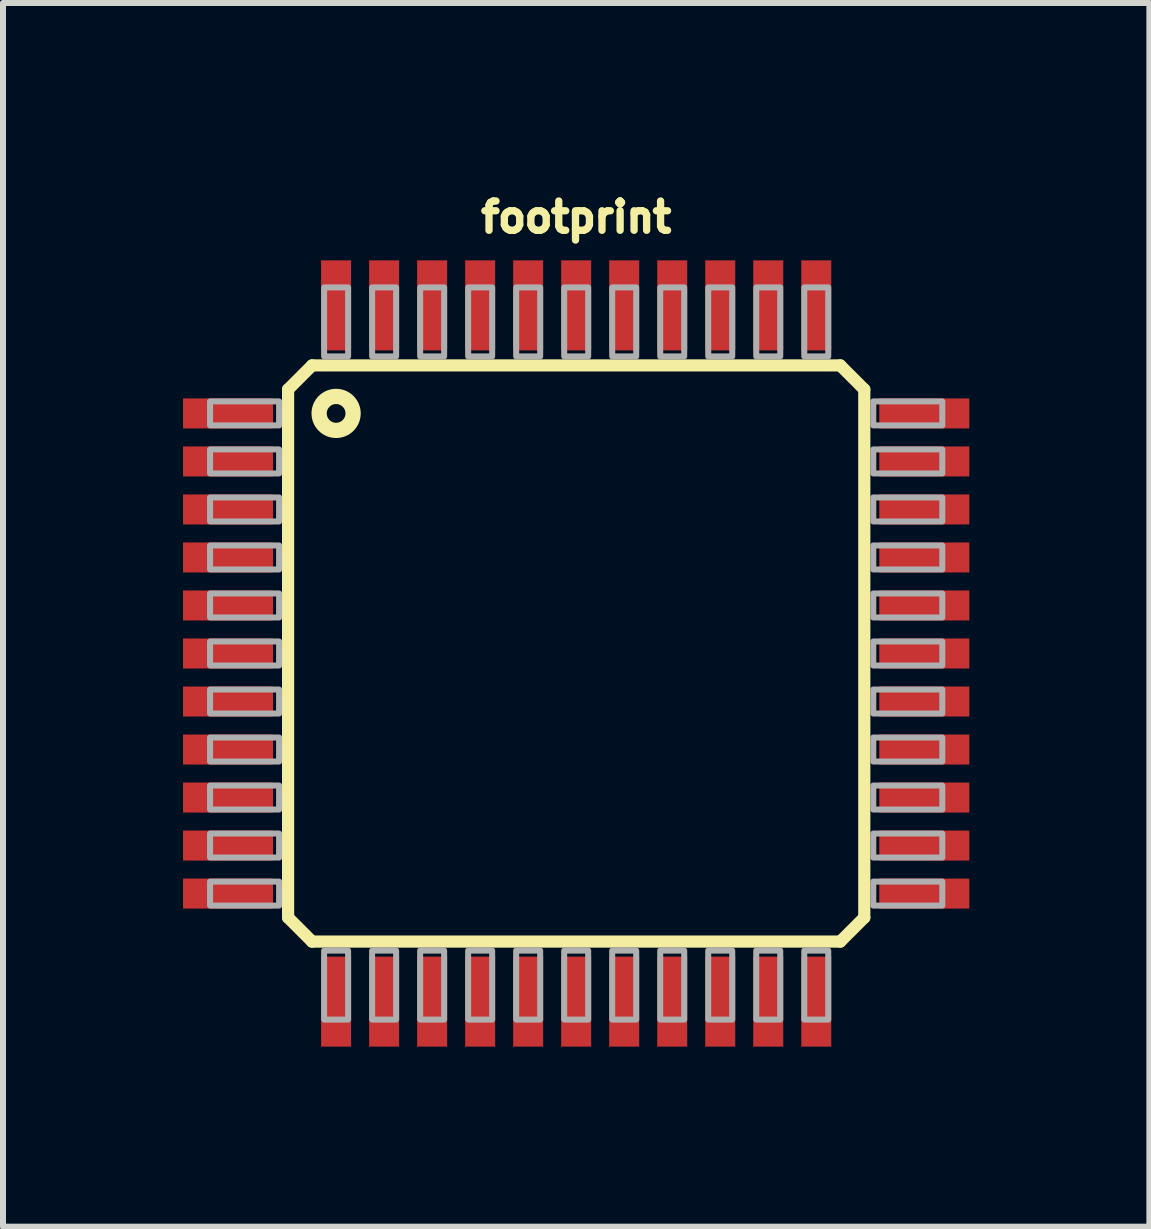
<source format=kicad_pcb>
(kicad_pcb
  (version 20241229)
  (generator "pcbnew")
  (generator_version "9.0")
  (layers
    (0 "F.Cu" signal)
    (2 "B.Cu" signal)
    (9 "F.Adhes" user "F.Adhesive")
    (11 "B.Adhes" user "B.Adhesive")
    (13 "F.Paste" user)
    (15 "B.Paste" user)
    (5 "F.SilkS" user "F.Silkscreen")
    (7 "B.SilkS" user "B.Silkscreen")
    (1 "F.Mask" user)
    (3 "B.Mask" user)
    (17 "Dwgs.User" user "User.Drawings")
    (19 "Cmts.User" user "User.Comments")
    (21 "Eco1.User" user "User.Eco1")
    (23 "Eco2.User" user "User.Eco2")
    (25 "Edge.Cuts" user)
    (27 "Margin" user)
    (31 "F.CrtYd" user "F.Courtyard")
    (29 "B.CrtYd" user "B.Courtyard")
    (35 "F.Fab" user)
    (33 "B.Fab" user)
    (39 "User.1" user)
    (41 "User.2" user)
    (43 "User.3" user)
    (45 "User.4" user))
  (footprint "footprint"
    (layer "F.Cu")
    (at 6.55 7.838)
    (property "Reference" "footprint" (at 0 -6.985 0) (layer "F.SilkS") (effects (font (size 0.488 0.488) (thickness 0.122)) (justify bottom)))
    (fp_line (start -4.8 -4.4) (end -4.4 -4.8) (stroke (width 0.203) (type solid)) (layer "F.SilkS"))
    (fp_line (start -4.8 4.4) (end -4.8 -4.4) (stroke (width 0.203) (type solid)) (layer "F.SilkS"))
    (fp_line (start -4.4 -4.8) (end 4.4 -4.8) (stroke (width 0.203) (type solid)) (layer "F.SilkS"))
    (fp_line (start -4.4 4.8) (end -4.8 4.4) (stroke (width 0.203) (type solid)) (layer "F.SilkS"))
    (fp_line (start 4.4 -4.8) (end 4.8 -4.4) (stroke (width 0.203) (type solid)) (layer "F.SilkS"))
    (fp_line (start 4.4 4.8) (end -4.4 4.8) (stroke (width 0.203) (type solid)) (layer "F.SilkS"))
    (fp_line (start 4.8 -4.4) (end 4.8 4.4) (stroke (width 0.203) (type solid)) (layer "F.SilkS"))
    (fp_line (start 4.8 4.4) (end 4.4 4.8) (stroke (width 0.203) (type solid)) (layer "F.SilkS"))
    (fp_circle (center -4 -4) (end -3.717 -4) (stroke (width 0.254) (type solid)) (fill no) (layer "F.SilkS"))
    (fp_poly (pts (xy -6.1 -3.8) (xy -4.95 -3.8) (xy -4.95 -4.2) (xy -6.1 -4.2)) (stroke (width 0.1) (type solid)) (fill no) (layer "F.Fab"))
    (fp_poly (pts (xy -6.1 -3) (xy -4.95 -3) (xy -4.95 -3.4) (xy -6.1 -3.4)) (stroke (width 0.1) (type solid)) (fill no) (layer "F.Fab"))
    (fp_poly (pts (xy -6.1 -2.2) (xy -4.95 -2.2) (xy -4.95 -2.6) (xy -6.1 -2.6)) (stroke (width 0.1) (type solid)) (fill no) (layer "F.Fab"))
    (fp_poly (pts (xy -6.1 -1.4) (xy -4.95 -1.4) (xy -4.95 -1.8) (xy -6.1 -1.8)) (stroke (width 0.1) (type solid)) (fill no) (layer "F.Fab"))
    (fp_poly (pts (xy -6.1 -0.6) (xy -4.95 -0.6) (xy -4.95 -1) (xy -6.1 -1)) (stroke (width 0.1) (type solid)) (fill no) (layer "F.Fab"))
    (fp_poly (pts (xy -6.1 0.2) (xy -4.95 0.2) (xy -4.95 -0.2) (xy -6.1 -0.2)) (stroke (width 0.1) (type solid)) (fill no) (layer "F.Fab"))
    (fp_poly (pts (xy -6.1 1) (xy -4.95 1) (xy -4.95 0.6) (xy -6.1 0.6)) (stroke (width 0.1) (type solid)) (fill no) (layer "F.Fab"))
    (fp_poly (pts (xy -6.1 1.8) (xy -4.95 1.8) (xy -4.95 1.4) (xy -6.1 1.4)) (stroke (width 0.1) (type solid)) (fill no) (layer "F.Fab"))
    (fp_poly (pts (xy -6.1 2.6) (xy -4.95 2.6) (xy -4.95 2.2) (xy -6.1 2.2)) (stroke (width 0.1) (type solid)) (fill no) (layer "F.Fab"))
    (fp_poly (pts (xy -6.1 3.4) (xy -4.95 3.4) (xy -4.95 3) (xy -6.1 3)) (stroke (width 0.1) (type solid)) (fill no) (layer "F.Fab"))
    (fp_poly (pts (xy -6.1 4.2) (xy -4.95 4.2) (xy -4.95 3.8) (xy -6.1 3.8)) (stroke (width 0.1) (type solid)) (fill no) (layer "F.Fab"))
    (fp_poly (pts (xy -4.2 -4.95) (xy -3.8 -4.95) (xy -3.8 -6.1) (xy -4.2 -6.1)) (stroke (width 0.1) (type solid)) (fill no) (layer "F.Fab"))
    (fp_poly (pts (xy -4.2 6.1) (xy -3.8 6.1) (xy -3.8 4.95) (xy -4.2 4.95)) (stroke (width 0.1) (type solid)) (fill no) (layer "F.Fab"))
    (fp_poly (pts (xy -3.4 -4.95) (xy -3 -4.95) (xy -3 -6.1) (xy -3.4 -6.1)) (stroke (width 0.1) (type solid)) (fill no) (layer "F.Fab"))
    (fp_poly (pts (xy -3.4 6.1) (xy -3 6.1) (xy -3 4.95) (xy -3.4 4.95)) (stroke (width 0.1) (type solid)) (fill no) (layer "F.Fab"))
    (fp_poly (pts (xy -2.6 -4.95) (xy -2.2 -4.95) (xy -2.2 -6.1) (xy -2.6 -6.1)) (stroke (width 0.1) (type solid)) (fill no) (layer "F.Fab"))
    (fp_poly (pts (xy -2.6 6.1) (xy -2.2 6.1) (xy -2.2 4.95) (xy -2.6 4.95)) (stroke (width 0.1) (type solid)) (fill no) (layer "F.Fab"))
    (fp_poly (pts (xy -1.8 -4.95) (xy -1.4 -4.95) (xy -1.4 -6.1) (xy -1.8 -6.1)) (stroke (width 0.1) (type solid)) (fill no) (layer "F.Fab"))
    (fp_poly (pts (xy -1.8 6.1) (xy -1.4 6.1) (xy -1.4 4.95) (xy -1.8 4.95)) (stroke (width 0.1) (type solid)) (fill no) (layer "F.Fab"))
    (fp_poly (pts (xy -1 -4.95) (xy -0.6 -4.95) (xy -0.6 -6.1) (xy -1 -6.1)) (stroke (width 0.1) (type solid)) (fill no) (layer "F.Fab"))
    (fp_poly (pts (xy -1 6.1) (xy -0.6 6.1) (xy -0.6 4.95) (xy -1 4.95)) (stroke (width 0.1) (type solid)) (fill no) (layer "F.Fab"))
    (fp_poly (pts (xy -0.2 -4.95) (xy 0.2 -4.95) (xy 0.2 -6.1) (xy -0.2 -6.1)) (stroke (width 0.1) (type solid)) (fill no) (layer "F.Fab"))
    (fp_poly (pts (xy -0.2 6.1) (xy 0.2 6.1) (xy 0.2 4.95) (xy -0.2 4.95)) (stroke (width 0.1) (type solid)) (fill no) (layer "F.Fab"))
    (fp_poly (pts (xy 0.6 -4.95) (xy 1 -4.95) (xy 1 -6.1) (xy 0.6 -6.1)) (stroke (width 0.1) (type solid)) (fill no) (layer "F.Fab"))
    (fp_poly (pts (xy 0.6 6.1) (xy 1 6.1) (xy 1 4.95) (xy 0.6 4.95)) (stroke (width 0.1) (type solid)) (fill no) (layer "F.Fab"))
    (fp_poly (pts (xy 1.4 -4.95) (xy 1.8 -4.95) (xy 1.8 -6.1) (xy 1.4 -6.1)) (stroke (width 0.1) (type solid)) (fill no) (layer "F.Fab"))
    (fp_poly (pts (xy 1.4 6.1) (xy 1.8 6.1) (xy 1.8 4.95) (xy 1.4 4.95)) (stroke (width 0.1) (type solid)) (fill no) (layer "F.Fab"))
    (fp_poly (pts (xy 2.2 -4.95) (xy 2.6 -4.95) (xy 2.6 -6.1) (xy 2.2 -6.1)) (stroke (width 0.1) (type solid)) (fill no) (layer "F.Fab"))
    (fp_poly (pts (xy 2.2 6.1) (xy 2.6 6.1) (xy 2.6 4.95) (xy 2.2 4.95)) (stroke (width 0.1) (type solid)) (fill no) (layer "F.Fab"))
    (fp_poly (pts (xy 3 -4.95) (xy 3.4 -4.95) (xy 3.4 -6.1) (xy 3 -6.1)) (stroke (width 0.1) (type solid)) (fill no) (layer "F.Fab"))
    (fp_poly (pts (xy 3 6.1) (xy 3.4 6.1) (xy 3.4 4.95) (xy 3 4.95)) (stroke (width 0.1) (type solid)) (fill no) (layer "F.Fab"))
    (fp_poly (pts (xy 3.8 -4.95) (xy 4.2 -4.95) (xy 4.2 -6.1) (xy 3.8 -6.1)) (stroke (width 0.1) (type solid)) (fill no) (layer "F.Fab"))
    (fp_poly (pts (xy 3.8 6.1) (xy 4.2 6.1) (xy 4.2 4.95) (xy 3.8 4.95)) (stroke (width 0.1) (type solid)) (fill no) (layer "F.Fab"))
    (fp_poly (pts (xy 4.95 -3.8) (xy 6.1 -3.8) (xy 6.1 -4.2) (xy 4.95 -4.2)) (stroke (width 0.1) (type solid)) (fill no) (layer "F.Fab"))
    (fp_poly (pts (xy 4.95 -3) (xy 6.1 -3) (xy 6.1 -3.4) (xy 4.95 -3.4)) (stroke (width 0.1) (type solid)) (fill no) (layer "F.Fab"))
    (fp_poly (pts (xy 4.95 -2.2) (xy 6.1 -2.2) (xy 6.1 -2.6) (xy 4.95 -2.6)) (stroke (width 0.1) (type solid)) (fill no) (layer "F.Fab"))
    (fp_poly (pts (xy 4.95 -1.4) (xy 6.1 -1.4) (xy 6.1 -1.8) (xy 4.95 -1.8)) (stroke (width 0.1) (type solid)) (fill no) (layer "F.Fab"))
    (fp_poly (pts (xy 4.95 -0.6) (xy 6.1 -0.6) (xy 6.1 -1) (xy 4.95 -1)) (stroke (width 0.1) (type solid)) (fill no) (layer "F.Fab"))
    (fp_poly (pts (xy 4.95 0.2) (xy 6.1 0.2) (xy 6.1 -0.2) (xy 4.95 -0.2)) (stroke (width 0.1) (type solid)) (fill no) (layer "F.Fab"))
    (fp_poly (pts (xy 4.95 1) (xy 6.1 1) (xy 6.1 0.6) (xy 4.95 0.6)) (stroke (width 0.1) (type solid)) (fill no) (layer "F.Fab"))
    (fp_poly (pts (xy 4.95 1.8) (xy 6.1 1.8) (xy 6.1 1.4) (xy 4.95 1.4)) (stroke (width 0.1) (type solid)) (fill no) (layer "F.Fab"))
    (fp_poly (pts (xy 4.95 2.6) (xy 6.1 2.6) (xy 6.1 2.2) (xy 4.95 2.2)) (stroke (width 0.1) (type solid)) (fill no) (layer "F.Fab"))
    (fp_poly (pts (xy 4.95 3.4) (xy 6.1 3.4) (xy 6.1 3) (xy 4.95 3)) (stroke (width 0.1) (type solid)) (fill no) (layer "F.Fab"))
    (fp_poly (pts (xy 4.95 4.2) (xy 6.1 4.2) (xy 6.1 3.8) (xy 4.95 3.8)) (stroke (width 0.1) (type solid)) (fill no) (layer "F.Fab"))
    (pad "1" smd rect (at -5.8 -4) (size 1.5 0.5) (layers "F.Cu" "F.Mask" "F.Paste"))
    (pad "2" smd rect (at -5.8 -3.2) (size 1.5 0.5) (layers "F.Cu" "F.Mask" "F.Paste"))
    (pad "3" smd rect (at -5.8 -2.4) (size 1.5 0.5) (layers "F.Cu" "F.Mask" "F.Paste"))
    (pad "4" smd rect (at -5.8 -1.6) (size 1.5 0.5) (layers "F.Cu" "F.Mask" "F.Paste"))
    (pad "5" smd rect (at -5.8 -0.8) (size 1.5 0.5) (layers "F.Cu" "F.Mask" "F.Paste"))
    (pad "6" smd rect (at -5.8 0) (size 1.5 0.5) (layers "F.Cu" "F.Mask" "F.Paste"))
    (pad "7" smd rect (at -5.8 0.8) (size 1.5 0.5) (layers "F.Cu" "F.Mask" "F.Paste"))
    (pad "8" smd rect (at -5.8 1.6) (size 1.5 0.5) (layers "F.Cu" "F.Mask" "F.Paste"))
    (pad "9" smd rect (at -5.8 2.4) (size 1.5 0.5) (layers "F.Cu" "F.Mask" "F.Paste"))
    (pad "10" smd rect (at -5.8 3.2) (size 1.5 0.5) (layers "F.Cu" "F.Mask" "F.Paste"))
    (pad "11" smd rect (at -5.8 4) (size 1.5 0.5) (layers "F.Cu" "F.Mask" "F.Paste"))
    (pad "12" smd rect (at -4 5.8) (size 0.5 1.5) (layers "F.Cu" "F.Mask" "F.Paste"))
    (pad "13" smd rect (at -3.2 5.8) (size 0.5 1.5) (layers "F.Cu" "F.Mask" "F.Paste"))
    (pad "14" smd rect (at -2.4 5.8) (size 0.5 1.5) (layers "F.Cu" "F.Mask" "F.Paste"))
    (pad "15" smd rect (at -1.6 5.8) (size 0.5 1.5) (layers "F.Cu" "F.Mask" "F.Paste"))
    (pad "16" smd rect (at -0.8 5.8) (size 0.5 1.5) (layers "F.Cu" "F.Mask" "F.Paste"))
    (pad "17" smd rect (at 0 5.8) (size 0.5 1.5) (layers "F.Cu" "F.Mask" "F.Paste"))
    (pad "18" smd rect (at 0.8 5.8) (size 0.5 1.5) (layers "F.Cu" "F.Mask" "F.Paste"))
    (pad "19" smd rect (at 1.6 5.8) (size 0.5 1.5) (layers "F.Cu" "F.Mask" "F.Paste"))
    (pad "20" smd rect (at 2.4 5.8) (size 0.5 1.5) (layers "F.Cu" "F.Mask" "F.Paste"))
    (pad "21" smd rect (at 3.2 5.8) (size 0.5 1.5) (layers "F.Cu" "F.Mask" "F.Paste"))
    (pad "22" smd rect (at 4 5.8) (size 0.5 1.5) (layers "F.Cu" "F.Mask" "F.Paste"))
    (pad "23" smd rect (at 5.8 4) (size 1.5 0.5) (layers "F.Cu" "F.Mask" "F.Paste"))
    (pad "24" smd rect (at 5.8 3.2) (size 1.5 0.5) (layers "F.Cu" "F.Mask" "F.Paste"))
    (pad "25" smd rect (at 5.8 2.4) (size 1.5 0.5) (layers "F.Cu" "F.Mask" "F.Paste"))
    (pad "26" smd rect (at 5.8 1.6) (size 1.5 0.5) (layers "F.Cu" "F.Mask" "F.Paste"))
    (pad "27" smd rect (at 5.8 0.8) (size 1.5 0.5) (layers "F.Cu" "F.Mask" "F.Paste"))
    (pad "28" smd rect (at 5.8 0) (size 1.5 0.5) (layers "F.Cu" "F.Mask" "F.Paste"))
    (pad "29" smd rect (at 5.8 -0.8) (size 1.5 0.5) (layers "F.Cu" "F.Mask" "F.Paste"))
    (pad "30" smd rect (at 5.8 -1.6) (size 1.5 0.5) (layers "F.Cu" "F.Mask" "F.Paste"))
    (pad "31" smd rect (at 5.8 -2.4) (size 1.5 0.5) (layers "F.Cu" "F.Mask" "F.Paste"))
    (pad "32" smd rect (at 5.8 -3.2) (size 1.5 0.5) (layers "F.Cu" "F.Mask" "F.Paste"))
    (pad "33" smd rect (at 5.8 -4) (size 1.5 0.5) (layers "F.Cu" "F.Mask" "F.Paste"))
    (pad "34" smd rect (at 4 -5.8) (size 0.5 1.5) (layers "F.Cu" "F.Mask" "F.Paste"))
    (pad "35" smd rect (at 3.2 -5.8) (size 0.5 1.5) (layers "F.Cu" "F.Mask" "F.Paste"))
    (pad "36" smd rect (at 2.4 -5.8) (size 0.5 1.5) (layers "F.Cu" "F.Mask" "F.Paste"))
    (pad "37" smd rect (at 1.6 -5.8) (size 0.5 1.5) (layers "F.Cu" "F.Mask" "F.Paste"))
    (pad "38" smd rect (at 0.8 -5.8) (size 0.5 1.5) (layers "F.Cu" "F.Mask" "F.Paste"))
    (pad "39" smd rect (at 0 -5.8) (size 0.5 1.5) (layers "F.Cu" "F.Mask" "F.Paste"))
    (pad "40" smd rect (at -0.8 -5.8) (size 0.5 1.5) (layers "F.Cu" "F.Mask" "F.Paste"))
    (pad "41" smd rect (at -1.6 -5.8) (size 0.5 1.5) (layers "F.Cu" "F.Mask" "F.Paste"))
    (pad "42" smd rect (at -2.4 -5.8) (size 0.5 1.5) (layers "F.Cu" "F.Mask" "F.Paste"))
    (pad "43" smd rect (at -3.2 -5.8) (size 0.5 1.5) (layers "F.Cu" "F.Mask" "F.Paste"))
    (pad "44" smd rect (at -4 -5.8) (size 0.5 1.5) (layers "F.Cu" "F.Mask" "F.Paste")))
  (gr_rect
    (start -3 -3)
    (end 16.1 17.388)
    (stroke (width 0.1) (type default))
    (fill no)
    (layer "Edge.Cuts")))
</source>
